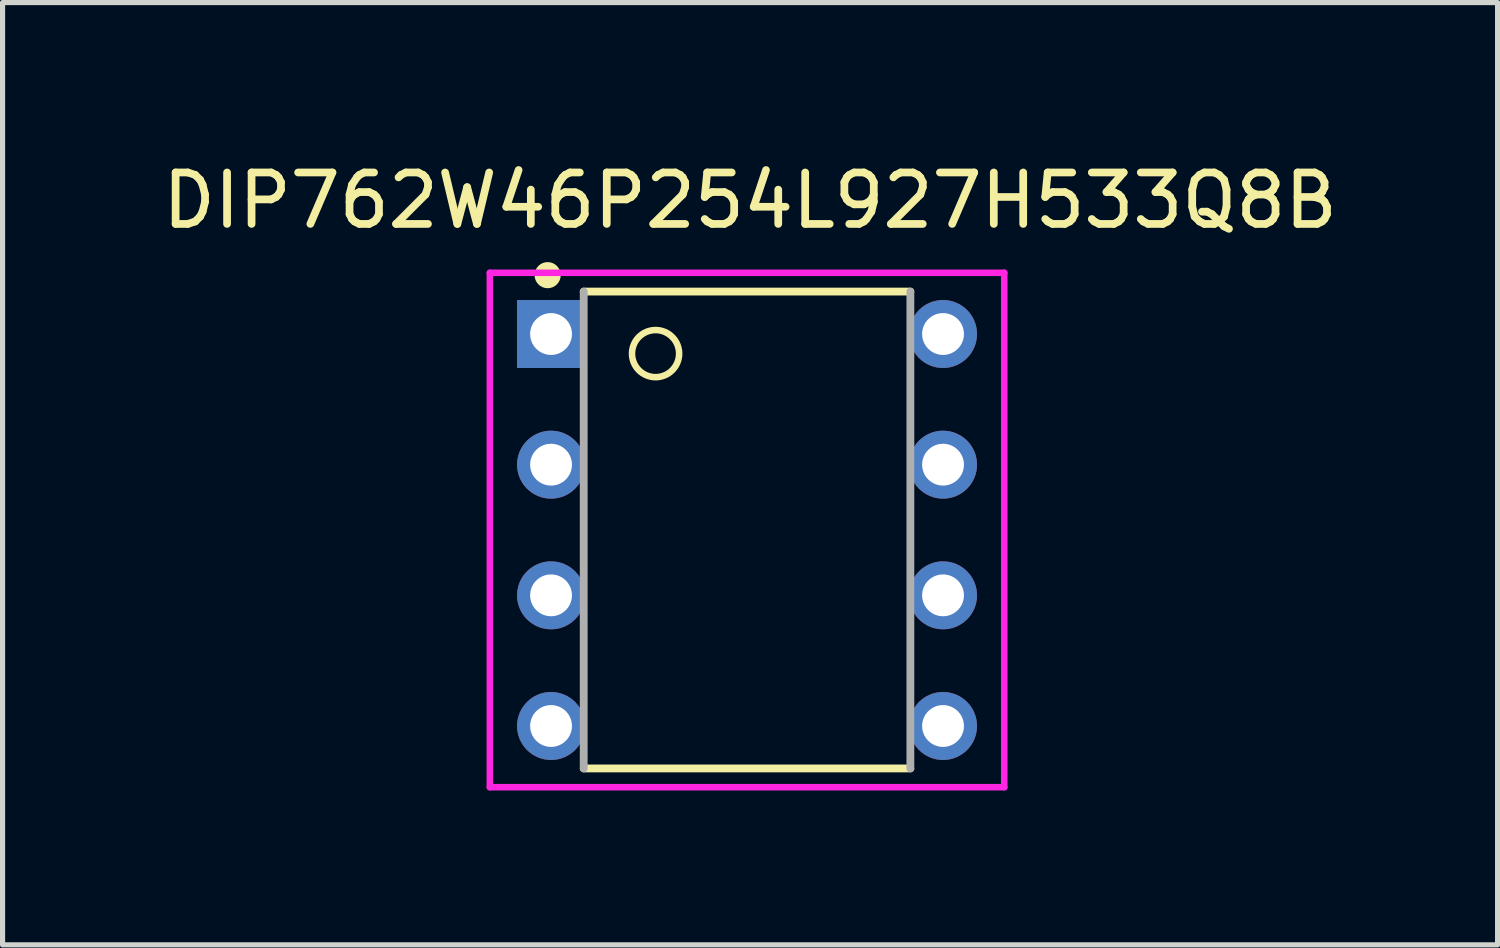
<source format=kicad_pcb>
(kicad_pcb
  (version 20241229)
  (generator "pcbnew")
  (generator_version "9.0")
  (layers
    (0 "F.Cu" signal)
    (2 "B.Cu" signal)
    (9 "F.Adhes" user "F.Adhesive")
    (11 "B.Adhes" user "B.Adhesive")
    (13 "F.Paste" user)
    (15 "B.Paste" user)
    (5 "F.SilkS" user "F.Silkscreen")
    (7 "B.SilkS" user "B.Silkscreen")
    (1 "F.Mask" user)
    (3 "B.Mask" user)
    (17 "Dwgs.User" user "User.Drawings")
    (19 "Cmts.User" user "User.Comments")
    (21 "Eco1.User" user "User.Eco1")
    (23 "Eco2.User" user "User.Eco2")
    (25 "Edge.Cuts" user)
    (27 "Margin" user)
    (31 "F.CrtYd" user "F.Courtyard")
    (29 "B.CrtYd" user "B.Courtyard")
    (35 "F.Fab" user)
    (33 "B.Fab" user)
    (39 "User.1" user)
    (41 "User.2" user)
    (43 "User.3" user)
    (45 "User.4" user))
  (footprint "DIP762W46P254L927H533Q8B"
    (layer "F.Cu")
    (at 11.472 7.253)
    (property "Reference" "DIP762W46P254L927H533Q8B" (at 0.059 -6.405 0) (layer "F.SilkS") (effects (font (size 1 1) (thickness 0.15))))
    (attr through_hole)
    (fp_line (start -3.175 -4.635) (end 3.175 -4.635) (stroke (width 0.152) (type solid)) (layer "F.SilkS"))
    (fp_line (start 3.175 4.635) (end -3.175 4.635) (stroke (width 0.152) (type solid)) (layer "F.SilkS"))
    (fp_circle (center -3.876 -4.954) (end -3.622 -4.954) (stroke (width 0) (type solid)) (fill yes) (layer "F.SilkS"))
    (fp_circle (center -1.778 -3.429) (end -1.32 -3.429) (stroke (width 0.127) (type solid)) (fill no) (layer "F.SilkS"))
    (fp_line (start -5 -5) (end 5 -5) (stroke (width 0.127) (type solid)) (layer "F.CrtYd"))
    (fp_line (start -5 5) (end -5 -5) (stroke (width 0.127) (type solid)) (layer "F.CrtYd"))
    (fp_line (start 5 -5) (end 5 5) (stroke (width 0.127) (type solid)) (layer "F.CrtYd"))
    (fp_line (start 5 5) (end -5 5) (stroke (width 0.127) (type solid)) (layer "F.CrtYd"))
    (fp_line (start -3.175 -4.635) (end -3.175 4.635) (stroke (width 0.152) (type solid)) (layer "F.Fab"))
    (fp_line (start 3.175 4.635) (end 3.175 -4.635) (stroke (width 0.152) (type solid)) (layer "F.Fab"))
    (pad "1" thru_hole rect (at -3.81 -3.81) (size 1.321 1.321) (drill 0.813) (layers "*.Cu" "*.Mask"))
    (pad "2" thru_hole circle (at -3.81 -1.27) (size 1.321 1.321) (drill 0.813) (layers "*.Cu" "*.Mask"))
    (pad "3" thru_hole circle (at -3.81 1.27) (size 1.321 1.321) (drill 0.813) (layers "*.Cu" "*.Mask"))
    (pad "4" thru_hole circle (at -3.81 3.81) (size 1.321 1.321) (drill 0.813) (layers "*.Cu" "*.Mask"))
    (pad "5" thru_hole circle (at 3.81 3.81) (size 1.321 1.321) (drill 0.813) (layers "*.Cu" "*.Mask"))
    (pad "6" thru_hole circle (at 3.81 1.27) (size 1.321 1.321) (drill 0.813) (layers "*.Cu" "*.Mask"))
    (pad "7" thru_hole circle (at 3.81 -1.27) (size 1.321 1.321) (drill 0.813) (layers "*.Cu" "*.Mask"))
    (pad "8" thru_hole circle (at 3.81 -3.81) (size 1.321 1.321) (drill 0.813) (layers "*.Cu" "*.Mask")))
  (gr_rect
    (start -3 -3)
    (end 26.062 15.317)
    (stroke (width 0.1) (type default))
    (fill no)
    (layer "Edge.Cuts")))
</source>
